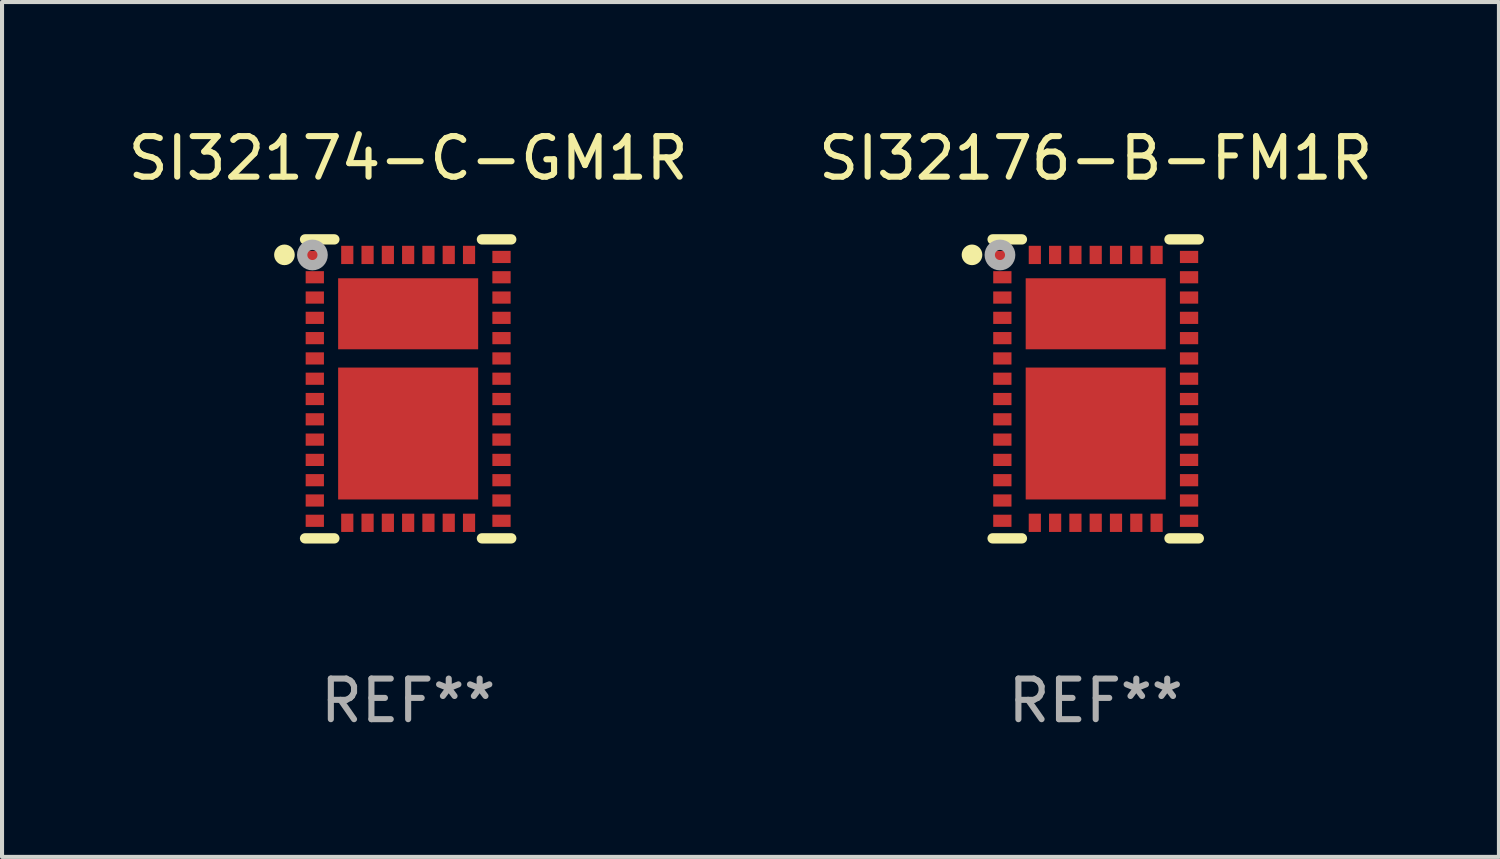
<source format=kicad_pcb>
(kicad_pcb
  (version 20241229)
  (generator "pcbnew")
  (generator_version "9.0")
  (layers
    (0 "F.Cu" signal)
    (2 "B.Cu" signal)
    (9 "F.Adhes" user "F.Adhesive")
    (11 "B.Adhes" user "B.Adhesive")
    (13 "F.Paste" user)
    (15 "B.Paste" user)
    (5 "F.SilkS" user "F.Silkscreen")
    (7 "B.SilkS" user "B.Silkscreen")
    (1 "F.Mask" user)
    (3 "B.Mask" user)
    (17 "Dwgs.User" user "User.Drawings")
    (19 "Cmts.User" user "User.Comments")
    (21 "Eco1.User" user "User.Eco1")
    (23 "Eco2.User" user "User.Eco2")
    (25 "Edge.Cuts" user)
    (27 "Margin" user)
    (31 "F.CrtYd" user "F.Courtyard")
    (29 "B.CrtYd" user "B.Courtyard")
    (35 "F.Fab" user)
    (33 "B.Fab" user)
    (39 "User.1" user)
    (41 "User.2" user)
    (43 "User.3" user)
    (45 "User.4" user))
  (footprint "SI32174-C-GM1R"
    (layer "F.Cu")
    (at 7.006 6.531)
    (property "Reference" "SI32174-C-GM1R" (at 0 -5.683 0) (layer "F.SilkS") (effects (font (size 1 1) (thickness 0.15))))
    (attr through_hole)
    (fp_line (start -1.818 -3.683) (end -2.54 -3.683) (stroke (width 0.254) (type solid)) (layer "F.SilkS"))
    (fp_line (start -1.818 3.683) (end -2.54 3.683) (stroke (width 0.254) (type solid)) (layer "F.SilkS"))
    (fp_line (start 1.818 -3.683) (end 2.54 -3.683) (stroke (width 0.254) (type solid)) (layer "F.SilkS"))
    (fp_line (start 1.818 3.683) (end 2.54 3.683) (stroke (width 0.254) (type solid)) (layer "F.SilkS"))
    (fp_circle (center -3.048 -3.302) (end -2.921 -3.302) (stroke (width 0.254) (type solid)) (fill no) (layer "F.SilkS"))
    (fp_circle (center -2.5 -3.5) (end -2.47 -3.5) (stroke (width 0.06) (type solid)) (fill no) (layer "F.SilkS"))
    (fp_circle (center -2.359 -3.299) (end -2.234 -3.299) (stroke (width 0.254) (type solid)) (fill no) (layer "F.Fab"))
    (fp_text user "REF**" (at 0 7.683 0) (layer "F.Fab") (effects (font (size 1 1) (thickness 0.15))))
    (pad "1" smd rect (at -2.3 -3.25) (size 0.45 0.3) (layers "F.Cu" "F.Mask" "F.Paste"))
    (pad "2" smd rect (at -2.3 -2.75) (size 0.45 0.3) (layers "F.Cu" "F.Mask" "F.Paste"))
    (pad "3" smd rect (at -2.3 -2.25) (size 0.45 0.3) (layers "F.Cu" "F.Mask" "F.Paste"))
    (pad "4" smd rect (at -2.3 -1.75) (size 0.45 0.3) (layers "F.Cu" "F.Mask" "F.Paste"))
    (pad "5" smd rect (at -2.3 -1.25) (size 0.45 0.3) (layers "F.Cu" "F.Mask" "F.Paste"))
    (pad "6" smd rect (at -2.3 -0.75) (size 0.45 0.3) (layers "F.Cu" "F.Mask" "F.Paste"))
    (pad "7" smd rect (at -2.3 -0.25) (size 0.45 0.3) (layers "F.Cu" "F.Mask" "F.Paste"))
    (pad "8" smd rect (at -2.3 0.25) (size 0.45 0.3) (layers "F.Cu" "F.Mask" "F.Paste"))
    (pad "9" smd rect (at -2.3 0.75) (size 0.45 0.3) (layers "F.Cu" "F.Mask" "F.Paste"))
    (pad "10" smd rect (at -2.3 1.25) (size 0.45 0.3) (layers "F.Cu" "F.Mask" "F.Paste"))
    (pad "11" smd rect (at -2.3 1.75) (size 0.45 0.3) (layers "F.Cu" "F.Mask" "F.Paste"))
    (pad "12" smd rect (at -2.3 2.25) (size 0.45 0.3) (layers "F.Cu" "F.Mask" "F.Paste"))
    (pad "13" smd rect (at -2.3 2.75) (size 0.45 0.3) (layers "F.Cu" "F.Mask" "F.Paste"))
    (pad "14" smd rect (at -2.3 3.25) (size 0.45 0.3) (layers "F.Cu" "F.Mask" "F.Paste"))
    (pad "15" smd rect (at -1.5 3.3 90) (size 0.45 0.3) (layers "F.Cu" "F.Mask" "F.Paste"))
    (pad "16" smd rect (at -1 3.3 90) (size 0.45 0.3) (layers "F.Cu" "F.Mask" "F.Paste"))
    (pad "17" smd rect (at -0.5 3.3 90) (size 0.45 0.3) (layers "F.Cu" "F.Mask" "F.Paste"))
    (pad "18" smd rect (at 0 3.3 90) (size 0.45 0.3) (layers "F.Cu" "F.Mask" "F.Paste"))
    (pad "19" smd rect (at 0.5 3.3 90) (size 0.45 0.3) (layers "F.Cu" "F.Mask" "F.Paste"))
    (pad "20" smd rect (at 1 3.3 90) (size 0.45 0.3) (layers "F.Cu" "F.Mask" "F.Paste"))
    (pad "21" smd rect (at 1.5 3.3 90) (size 0.45 0.3) (layers "F.Cu" "F.Mask" "F.Paste"))
    (pad "22" smd rect (at 2.3 3.25 180) (size 0.45 0.3) (layers "F.Cu" "F.Mask" "F.Paste"))
    (pad "23" smd rect (at 2.3 2.75 180) (size 0.45 0.3) (layers "F.Cu" "F.Mask" "F.Paste"))
    (pad "24" smd rect (at 2.3 2.25 180) (size 0.45 0.3) (layers "F.Cu" "F.Mask" "F.Paste"))
    (pad "25" smd rect (at 2.3 1.75 180) (size 0.45 0.3) (layers "F.Cu" "F.Mask" "F.Paste"))
    (pad "26" smd rect (at 2.3 1.25 180) (size 0.45 0.3) (layers "F.Cu" "F.Mask" "F.Paste"))
    (pad "27" smd rect (at 2.3 0.75 180) (size 0.45 0.3) (layers "F.Cu" "F.Mask" "F.Paste"))
    (pad "28" smd rect (at 2.3 0.25 180) (size 0.45 0.3) (layers "F.Cu" "F.Mask" "F.Paste"))
    (pad "29" smd rect (at 2.3 -0.25 180) (size 0.45 0.3) (layers "F.Cu" "F.Mask" "F.Paste"))
    (pad "30" smd rect (at 2.3 -0.75 180) (size 0.45 0.3) (layers "F.Cu" "F.Mask" "F.Paste"))
    (pad "31" smd rect (at 2.3 -1.25 180) (size 0.45 0.3) (layers "F.Cu" "F.Mask" "F.Paste"))
    (pad "32" smd rect (at 2.3 -1.75 180) (size 0.45 0.3) (layers "F.Cu" "F.Mask" "F.Paste"))
    (pad "33" smd rect (at 2.3 -2.25 180) (size 0.45 0.3) (layers "F.Cu" "F.Mask" "F.Paste"))
    (pad "34" smd rect (at 2.3 -2.75 180) (size 0.45 0.3) (layers "F.Cu" "F.Mask" "F.Paste"))
    (pad "35" smd rect (at 2.3 -3.25 180) (size 0.45 0.3) (layers "F.Cu" "F.Mask" "F.Paste"))
    (pad "36" smd rect (at 1.5 -3.3 270) (size 0.45 0.3) (layers "F.Cu" "F.Mask" "F.Paste"))
    (pad "37" smd rect (at 1 -3.3 270) (size 0.45 0.3) (layers "F.Cu" "F.Mask" "F.Paste"))
    (pad "38" smd rect (at 0.5 -3.3 270) (size 0.45 0.3) (layers "F.Cu" "F.Mask" "F.Paste"))
    (pad "39" smd rect (at 0 -3.3 270) (size 0.45 0.3) (layers "F.Cu" "F.Mask" "F.Paste"))
    (pad "40" smd rect (at -0.5 -3.3 270) (size 0.45 0.3) (layers "F.Cu" "F.Mask" "F.Paste"))
    (pad "41" smd rect (at -1 -3.3 270) (size 0.45 0.3) (layers "F.Cu" "F.Mask" "F.Paste"))
    (pad "42" smd rect (at -1.5 -3.3 270) (size 0.45 0.3) (layers "F.Cu" "F.Mask" "F.Paste"))
    (pad "43" smd rect (at 0 1.1 270) (size 3.25 3.45) (layers "F.Cu" "F.Mask" "F.Paste"))
    (pad "44" smd rect (at 0 -1.85 270) (size 1.75 3.45) (layers "F.Cu" "F.Mask" "F.Paste")))
  (footprint "SI32176-B-FM1R"
    (layer "F.Cu")
    (at 23.946 6.531)
    (property "Reference" "SI32176-B-FM1R" (at 0 -5.683 0) (layer "F.SilkS") (effects (font (size 1 1) (thickness 0.15))))
    (attr through_hole)
    (fp_line (start -1.818 -3.683) (end -2.54 -3.683) (stroke (width 0.254) (type solid)) (layer "F.SilkS"))
    (fp_line (start -1.818 3.683) (end -2.54 3.683) (stroke (width 0.254) (type solid)) (layer "F.SilkS"))
    (fp_line (start 1.818 -3.683) (end 2.54 -3.683) (stroke (width 0.254) (type solid)) (layer "F.SilkS"))
    (fp_line (start 1.818 3.683) (end 2.54 3.683) (stroke (width 0.254) (type solid)) (layer "F.SilkS"))
    (fp_circle (center -3.048 -3.302) (end -2.921 -3.302) (stroke (width 0.254) (type solid)) (fill no) (layer "F.SilkS"))
    (fp_circle (center -2.5 -3.5) (end -2.47 -3.5) (stroke (width 0.06) (type solid)) (fill no) (layer "F.SilkS"))
    (fp_circle (center -2.359 -3.299) (end -2.234 -3.299) (stroke (width 0.254) (type solid)) (fill no) (layer "F.Fab"))
    (fp_text user "REF**" (at 0 7.683 0) (layer "F.Fab") (effects (font (size 1 1) (thickness 0.15))))
    (pad "1" smd rect (at -2.3 -3.25) (size 0.45 0.3) (layers "F.Cu" "F.Mask" "F.Paste"))
    (pad "2" smd rect (at -2.3 -2.75) (size 0.45 0.3) (layers "F.Cu" "F.Mask" "F.Paste"))
    (pad "3" smd rect (at -2.3 -2.25) (size 0.45 0.3) (layers "F.Cu" "F.Mask" "F.Paste"))
    (pad "4" smd rect (at -2.3 -1.75) (size 0.45 0.3) (layers "F.Cu" "F.Mask" "F.Paste"))
    (pad "5" smd rect (at -2.3 -1.25) (size 0.45 0.3) (layers "F.Cu" "F.Mask" "F.Paste"))
    (pad "6" smd rect (at -2.3 -0.75) (size 0.45 0.3) (layers "F.Cu" "F.Mask" "F.Paste"))
    (pad "7" smd rect (at -2.3 -0.25) (size 0.45 0.3) (layers "F.Cu" "F.Mask" "F.Paste"))
    (pad "8" smd rect (at -2.3 0.25) (size 0.45 0.3) (layers "F.Cu" "F.Mask" "F.Paste"))
    (pad "9" smd rect (at -2.3 0.75) (size 0.45 0.3) (layers "F.Cu" "F.Mask" "F.Paste"))
    (pad "10" smd rect (at -2.3 1.25) (size 0.45 0.3) (layers "F.Cu" "F.Mask" "F.Paste"))
    (pad "11" smd rect (at -2.3 1.75) (size 0.45 0.3) (layers "F.Cu" "F.Mask" "F.Paste"))
    (pad "12" smd rect (at -2.3 2.25) (size 0.45 0.3) (layers "F.Cu" "F.Mask" "F.Paste"))
    (pad "13" smd rect (at -2.3 2.75) (size 0.45 0.3) (layers "F.Cu" "F.Mask" "F.Paste"))
    (pad "14" smd rect (at -2.3 3.25) (size 0.45 0.3) (layers "F.Cu" "F.Mask" "F.Paste"))
    (pad "15" smd rect (at -1.5 3.3 90) (size 0.45 0.3) (layers "F.Cu" "F.Mask" "F.Paste"))
    (pad "16" smd rect (at -1 3.3 90) (size 0.45 0.3) (layers "F.Cu" "F.Mask" "F.Paste"))
    (pad "17" smd rect (at -0.5 3.3 90) (size 0.45 0.3) (layers "F.Cu" "F.Mask" "F.Paste"))
    (pad "18" smd rect (at 0 3.3 90) (size 0.45 0.3) (layers "F.Cu" "F.Mask" "F.Paste"))
    (pad "19" smd rect (at 0.5 3.3 90) (size 0.45 0.3) (layers "F.Cu" "F.Mask" "F.Paste"))
    (pad "20" smd rect (at 1 3.3 90) (size 0.45 0.3) (layers "F.Cu" "F.Mask" "F.Paste"))
    (pad "21" smd rect (at 1.5 3.3 90) (size 0.45 0.3) (layers "F.Cu" "F.Mask" "F.Paste"))
    (pad "22" smd rect (at 2.3 3.25 180) (size 0.45 0.3) (layers "F.Cu" "F.Mask" "F.Paste"))
    (pad "23" smd rect (at 2.3 2.75 180) (size 0.45 0.3) (layers "F.Cu" "F.Mask" "F.Paste"))
    (pad "24" smd rect (at 2.3 2.25 180) (size 0.45 0.3) (layers "F.Cu" "F.Mask" "F.Paste"))
    (pad "25" smd rect (at 2.3 1.75 180) (size 0.45 0.3) (layers "F.Cu" "F.Mask" "F.Paste"))
    (pad "26" smd rect (at 2.3 1.25 180) (size 0.45 0.3) (layers "F.Cu" "F.Mask" "F.Paste"))
    (pad "27" smd rect (at 2.3 0.75 180) (size 0.45 0.3) (layers "F.Cu" "F.Mask" "F.Paste"))
    (pad "28" smd rect (at 2.3 0.25 180) (size 0.45 0.3) (layers "F.Cu" "F.Mask" "F.Paste"))
    (pad "29" smd rect (at 2.3 -0.25 180) (size 0.45 0.3) (layers "F.Cu" "F.Mask" "F.Paste"))
    (pad "30" smd rect (at 2.3 -0.75 180) (size 0.45 0.3) (layers "F.Cu" "F.Mask" "F.Paste"))
    (pad "31" smd rect (at 2.3 -1.25 180) (size 0.45 0.3) (layers "F.Cu" "F.Mask" "F.Paste"))
    (pad "32" smd rect (at 2.3 -1.75 180) (size 0.45 0.3) (layers "F.Cu" "F.Mask" "F.Paste"))
    (pad "33" smd rect (at 2.3 -2.25 180) (size 0.45 0.3) (layers "F.Cu" "F.Mask" "F.Paste"))
    (pad "34" smd rect (at 2.3 -2.75 180) (size 0.45 0.3) (layers "F.Cu" "F.Mask" "F.Paste"))
    (pad "35" smd rect (at 2.3 -3.25 180) (size 0.45 0.3) (layers "F.Cu" "F.Mask" "F.Paste"))
    (pad "36" smd rect (at 1.5 -3.3 270) (size 0.45 0.3) (layers "F.Cu" "F.Mask" "F.Paste"))
    (pad "37" smd rect (at 1 -3.3 270) (size 0.45 0.3) (layers "F.Cu" "F.Mask" "F.Paste"))
    (pad "38" smd rect (at 0.5 -3.3 270) (size 0.45 0.3) (layers "F.Cu" "F.Mask" "F.Paste"))
    (pad "39" smd rect (at 0 -3.3 270) (size 0.45 0.3) (layers "F.Cu" "F.Mask" "F.Paste"))
    (pad "40" smd rect (at -0.5 -3.3 270) (size 0.45 0.3) (layers "F.Cu" "F.Mask" "F.Paste"))
    (pad "41" smd rect (at -1 -3.3 270) (size 0.45 0.3) (layers "F.Cu" "F.Mask" "F.Paste"))
    (pad "42" smd rect (at -1.5 -3.3 270) (size 0.45 0.3) (layers "F.Cu" "F.Mask" "F.Paste"))
    (pad "43" smd rect (at 0 1.1 270) (size 3.25 3.45) (layers "F.Cu" "F.Mask" "F.Paste"))
    (pad "44" smd rect (at 0 -1.85 270) (size 1.75 3.45) (layers "F.Cu" "F.Mask" "F.Paste")))
  (gr_rect
    (start -3 -3)
    (end 33.881 18.063)
    (stroke (width 0.1) (type default))
    (fill no)
    (layer "Edge.Cuts")))
</source>
